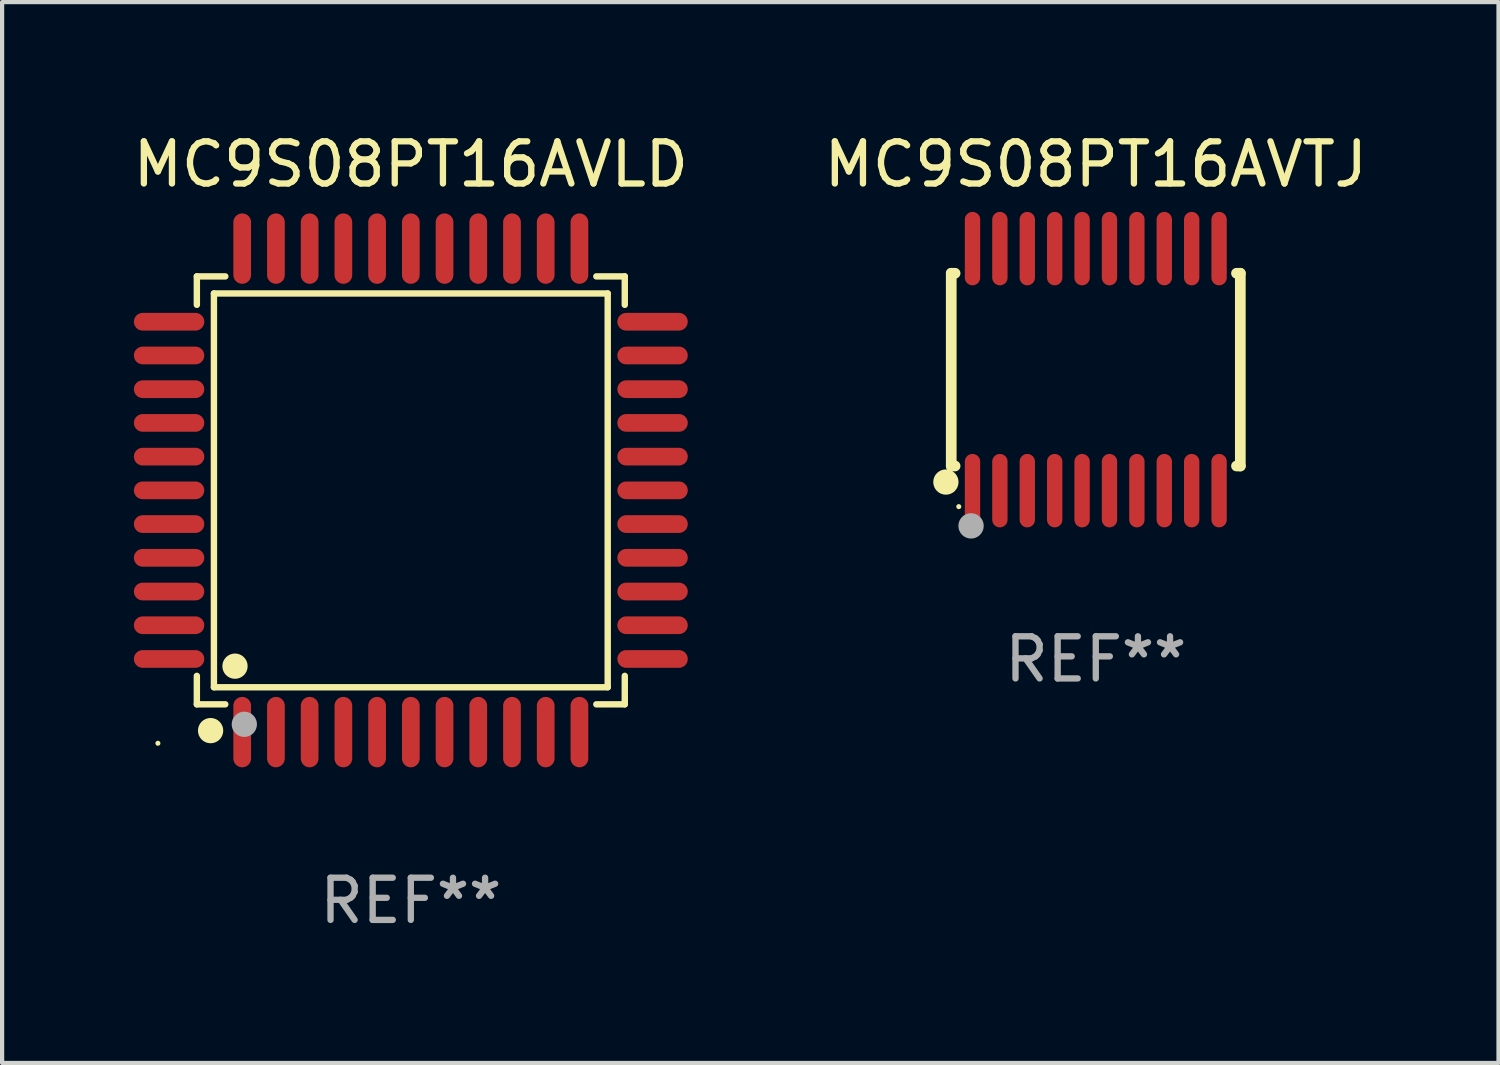
<source format=kicad_pcb>
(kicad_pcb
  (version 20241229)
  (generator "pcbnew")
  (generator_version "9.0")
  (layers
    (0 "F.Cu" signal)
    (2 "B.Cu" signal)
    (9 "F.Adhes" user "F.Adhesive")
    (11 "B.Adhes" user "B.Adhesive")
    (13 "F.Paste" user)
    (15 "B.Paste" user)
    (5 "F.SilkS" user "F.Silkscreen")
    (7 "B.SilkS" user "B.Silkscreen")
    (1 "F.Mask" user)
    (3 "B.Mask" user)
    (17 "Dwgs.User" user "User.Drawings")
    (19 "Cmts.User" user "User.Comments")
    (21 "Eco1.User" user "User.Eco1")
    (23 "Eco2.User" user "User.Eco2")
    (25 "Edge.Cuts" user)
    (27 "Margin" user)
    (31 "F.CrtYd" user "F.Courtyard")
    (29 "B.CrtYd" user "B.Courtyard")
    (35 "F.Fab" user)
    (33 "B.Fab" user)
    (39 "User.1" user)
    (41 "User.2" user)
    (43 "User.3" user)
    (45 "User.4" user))
  (footprint "MC9S08PT16AVTJ"
    (layer "F.Cu")
    (at 22.946 5.719)
    (property "Reference" "MC9S08PT16AVTJ" (at 0 -4.871 0) (layer "F.SilkS") (effects (font (size 1 1) (thickness 0.15))))
    (attr through_hole)
    (fp_line (start -3.429 -2.286) (end -3.429 2.286) (stroke (width 0.254) (type solid)) (layer "F.SilkS"))
    (fp_line (start -3.429 2.286) (end -3.338 2.286) (stroke (width 0.254) (type solid)) (layer "F.SilkS"))
    (fp_line (start -3.338 -2.286) (end -3.429 -2.286) (stroke (width 0.254) (type solid)) (layer "F.SilkS"))
    (fp_line (start 3.338 -2.286) (end 3.429 -2.286) (stroke (width 0.254) (type solid)) (layer "F.SilkS"))
    (fp_line (start 3.429 -2.286) (end 3.429 2.286) (stroke (width 0.254) (type solid)) (layer "F.SilkS"))
    (fp_line (start 3.429 2.286) (end 3.338 2.286) (stroke (width 0.254) (type solid)) (layer "F.SilkS"))
    (fp_circle (center -3.556 2.667) (end -3.406 2.667) (stroke (width 0.3) (type solid)) (fill no) (layer "F.SilkS"))
    (fp_circle (center -3.25 3.25) (end -3.22 3.25) (stroke (width 0.06) (type solid)) (fill no) (layer "F.SilkS"))
    (fp_circle (center -2.959 3.707) (end -2.808 3.707) (stroke (width 0.3) (type solid)) (fill no) (layer "F.Fab"))
    (fp_text user "REF**" (at 0 6.871 0) (layer "F.Fab") (effects (font (size 1 1) (thickness 0.15))))
    (pad "1" smd oval (at -2.925 2.871) (size 0.364 1.742) (layers "F.Cu" "F.Mask" "F.Paste"))
    (pad "2" smd oval (at -2.275 2.871) (size 0.364 1.742) (layers "F.Cu" "F.Mask" "F.Paste"))
    (pad "3" smd oval (at -1.625 2.871) (size 0.364 1.742) (layers "F.Cu" "F.Mask" "F.Paste"))
    (pad "4" smd oval (at -0.975 2.871) (size 0.364 1.742) (layers "F.Cu" "F.Mask" "F.Paste"))
    (pad "5" smd oval (at -0.325 2.871) (size 0.364 1.742) (layers "F.Cu" "F.Mask" "F.Paste"))
    (pad "6" smd oval (at 0.325 2.871) (size 0.364 1.742) (layers "F.Cu" "F.Mask" "F.Paste"))
    (pad "7" smd oval (at 0.975 2.871) (size 0.364 1.742) (layers "F.Cu" "F.Mask" "F.Paste"))
    (pad "8" smd oval (at 1.625 2.871) (size 0.364 1.742) (layers "F.Cu" "F.Mask" "F.Paste"))
    (pad "9" smd oval (at 2.275 2.871) (size 0.364 1.742) (layers "F.Cu" "F.Mask" "F.Paste"))
    (pad "10" smd oval (at 2.925 2.871) (size 0.364 1.742) (layers "F.Cu" "F.Mask" "F.Paste"))
    (pad "11" smd oval (at 2.925 -2.871) (size 0.364 1.742) (layers "F.Cu" "F.Mask" "F.Paste"))
    (pad "12" smd oval (at 2.275 -2.871) (size 0.364 1.742) (layers "F.Cu" "F.Mask" "F.Paste"))
    (pad "13" smd oval (at 1.625 -2.871) (size 0.364 1.742) (layers "F.Cu" "F.Mask" "F.Paste"))
    (pad "14" smd oval (at 0.975 -2.871) (size 0.364 1.742) (layers "F.Cu" "F.Mask" "F.Paste"))
    (pad "15" smd oval (at 0.325 -2.871) (size 0.364 1.742) (layers "F.Cu" "F.Mask" "F.Paste"))
    (pad "16" smd oval (at -0.325 -2.871) (size 0.364 1.742) (layers "F.Cu" "F.Mask" "F.Paste"))
    (pad "17" smd oval (at -0.975 -2.871) (size 0.364 1.742) (layers "F.Cu" "F.Mask" "F.Paste"))
    (pad "18" smd oval (at -1.625 -2.871) (size 0.364 1.742) (layers "F.Cu" "F.Mask" "F.Paste"))
    (pad "19" smd oval (at -2.275 -2.871) (size 0.364 1.742) (layers "F.Cu" "F.Mask" "F.Paste"))
    (pad "20" smd oval (at -2.925 -2.871) (size 0.364 1.742) (layers "F.Cu" "F.Mask" "F.Paste")))
  (footprint "MC9S08PT16AVLD"
    (layer "F.Cu")
    (at 6.696 8.583)
    (property "Reference" "MC9S08PT16AVLD" (at 0 -7.735 0) (layer "F.SilkS") (effects (font (size 1 1) (thickness 0.15))))
    (attr through_hole)
    (fp_line (start -5.076 -5.076) (end -4.401 -5.076) (stroke (width 0.152) (type solid)) (layer "F.SilkS"))
    (fp_line (start -5.076 -4.401) (end -5.076 -5.076) (stroke (width 0.152) (type solid)) (layer "F.SilkS"))
    (fp_line (start -5.076 4.401) (end -5.076 5.076) (stroke (width 0.152) (type solid)) (layer "F.SilkS"))
    (fp_line (start -5.076 5.076) (end -4.401 5.076) (stroke (width 0.152) (type solid)) (layer "F.SilkS"))
    (fp_line (start -4.671 -4.671) (end 4.671 -4.671) (stroke (width 0.152) (type solid)) (layer "F.SilkS"))
    (fp_line (start -4.671 4.671) (end -4.671 -4.671) (stroke (width 0.152) (type solid)) (layer "F.SilkS"))
    (fp_line (start 4.671 -4.671) (end 4.671 4.671) (stroke (width 0.152) (type solid)) (layer "F.SilkS"))
    (fp_line (start 4.671 4.671) (end -4.671 4.671) (stroke (width 0.152) (type solid)) (layer "F.SilkS"))
    (fp_line (start 5.076 -5.076) (end 4.401 -5.076) (stroke (width 0.152) (type solid)) (layer "F.SilkS"))
    (fp_line (start 5.076 -4.401) (end 5.076 -5.076) (stroke (width 0.152) (type solid)) (layer "F.SilkS"))
    (fp_line (start 5.076 4.401) (end 5.076 5.076) (stroke (width 0.152) (type solid)) (layer "F.SilkS"))
    (fp_line (start 5.076 5.076) (end 4.401 5.076) (stroke (width 0.152) (type solid)) (layer "F.SilkS"))
    (fp_circle (center -6 6) (end -5.97 6) (stroke (width 0.06) (type solid)) (fill no) (layer "F.SilkS"))
    (fp_circle (center -4.75 5.7) (end -4.6 5.7) (stroke (width 0.3) (type solid)) (fill no) (layer "F.SilkS"))
    (fp_circle (center -4.171 4.171) (end -4.021 4.171) (stroke (width 0.3) (type solid)) (fill no) (layer "F.SilkS"))
    (fp_circle (center -3.95 5.55) (end -3.8 5.55) (stroke (width 0.3) (type solid)) (fill no) (layer "F.Fab"))
    (fp_text user "REF**" (at 0 9.735 0) (layer "F.Fab") (effects (font (size 1 1) (thickness 0.15))))
    (pad "1" smd oval (at -4 5.735) (size 0.42 1.67) (layers "F.Cu" "F.Mask" "F.Paste"))
    (pad "2" smd oval (at -3.2 5.735) (size 0.42 1.67) (layers "F.Cu" "F.Mask" "F.Paste"))
    (pad "3" smd oval (at -2.4 5.735) (size 0.42 1.67) (layers "F.Cu" "F.Mask" "F.Paste"))
    (pad "4" smd oval (at -1.6 5.735) (size 0.42 1.67) (layers "F.Cu" "F.Mask" "F.Paste"))
    (pad "5" smd oval (at -0.8 5.735) (size 0.42 1.67) (layers "F.Cu" "F.Mask" "F.Paste"))
    (pad "6" smd oval (at 0 5.735) (size 0.42 1.67) (layers "F.Cu" "F.Mask" "F.Paste"))
    (pad "7" smd oval (at 0.8 5.735) (size 0.42 1.67) (layers "F.Cu" "F.Mask" "F.Paste"))
    (pad "8" smd oval (at 1.6 5.735) (size 0.42 1.67) (layers "F.Cu" "F.Mask" "F.Paste"))
    (pad "9" smd oval (at 2.4 5.735) (size 0.42 1.67) (layers "F.Cu" "F.Mask" "F.Paste"))
    (pad "10" smd oval (at 3.2 5.735) (size 0.42 1.67) (layers "F.Cu" "F.Mask" "F.Paste"))
    (pad "11" smd oval (at 4 5.735) (size 0.42 1.67) (layers "F.Cu" "F.Mask" "F.Paste"))
    (pad "12" smd oval (at 5.735 4) (size 1.67 0.42) (layers "F.Cu" "F.Mask" "F.Paste"))
    (pad "13" smd oval (at 5.735 3.2) (size 1.67 0.42) (layers "F.Cu" "F.Mask" "F.Paste"))
    (pad "14" smd oval (at 5.735 2.4) (size 1.67 0.42) (layers "F.Cu" "F.Mask" "F.Paste"))
    (pad "15" smd oval (at 5.735 1.6) (size 1.67 0.42) (layers "F.Cu" "F.Mask" "F.Paste"))
    (pad "16" smd oval (at 5.735 0.8) (size 1.67 0.42) (layers "F.Cu" "F.Mask" "F.Paste"))
    (pad "17" smd oval (at 5.735 0) (size 1.67 0.42) (layers "F.Cu" "F.Mask" "F.Paste"))
    (pad "18" smd oval (at 5.735 -0.8) (size 1.67 0.42) (layers "F.Cu" "F.Mask" "F.Paste"))
    (pad "19" smd oval (at 5.735 -1.6) (size 1.67 0.42) (layers "F.Cu" "F.Mask" "F.Paste"))
    (pad "20" smd oval (at 5.735 -2.4) (size 1.67 0.42) (layers "F.Cu" "F.Mask" "F.Paste"))
    (pad "21" smd oval (at 5.735 -3.2) (size 1.67 0.42) (layers "F.Cu" "F.Mask" "F.Paste"))
    (pad "22" smd oval (at 5.735 -4) (size 1.67 0.42) (layers "F.Cu" "F.Mask" "F.Paste"))
    (pad "23" smd oval (at 4 -5.735) (size 0.42 1.67) (layers "F.Cu" "F.Mask" "F.Paste"))
    (pad "24" smd oval (at 3.2 -5.735) (size 0.42 1.67) (layers "F.Cu" "F.Mask" "F.Paste"))
    (pad "25" smd oval (at 2.4 -5.735) (size 0.42 1.67) (layers "F.Cu" "F.Mask" "F.Paste"))
    (pad "26" smd oval (at 1.6 -5.735) (size 0.42 1.67) (layers "F.Cu" "F.Mask" "F.Paste"))
    (pad "27" smd oval (at 0.8 -5.735) (size 0.42 1.67) (layers "F.Cu" "F.Mask" "F.Paste"))
    (pad "28" smd oval (at 0 -5.735) (size 0.42 1.67) (layers "F.Cu" "F.Mask" "F.Paste"))
    (pad "29" smd oval (at -0.8 -5.735) (size 0.42 1.67) (layers "F.Cu" "F.Mask" "F.Paste"))
    (pad "30" smd oval (at -1.6 -5.735) (size 0.42 1.67) (layers "F.Cu" "F.Mask" "F.Paste"))
    (pad "31" smd oval (at -2.4 -5.735) (size 0.42 1.67) (layers "F.Cu" "F.Mask" "F.Paste"))
    (pad "32" smd oval (at -3.2 -5.735) (size 0.42 1.67) (layers "F.Cu" "F.Mask" "F.Paste"))
    (pad "33" smd oval (at -4 -5.735) (size 0.42 1.67) (layers "F.Cu" "F.Mask" "F.Paste"))
    (pad "34" smd oval (at -5.735 -4) (size 1.67 0.42) (layers "F.Cu" "F.Mask" "F.Paste"))
    (pad "35" smd oval (at -5.735 -3.2) (size 1.67 0.42) (layers "F.Cu" "F.Mask" "F.Paste"))
    (pad "36" smd oval (at -5.735 -2.4) (size 1.67 0.42) (layers "F.Cu" "F.Mask" "F.Paste"))
    (pad "37" smd oval (at -5.735 -1.6) (size 1.67 0.42) (layers "F.Cu" "F.Mask" "F.Paste"))
    (pad "38" smd oval (at -5.735 -0.8) (size 1.67 0.42) (layers "F.Cu" "F.Mask" "F.Paste"))
    (pad "39" smd oval (at -5.735 0) (size 1.67 0.42) (layers "F.Cu" "F.Mask" "F.Paste"))
    (pad "40" smd oval (at -5.735 0.8) (size 1.67 0.42) (layers "F.Cu" "F.Mask" "F.Paste"))
    (pad "41" smd oval (at -5.735 1.6) (size 1.67 0.42) (layers "F.Cu" "F.Mask" "F.Paste"))
    (pad "42" smd oval (at -5.735 2.4) (size 1.67 0.42) (layers "F.Cu" "F.Mask" "F.Paste"))
    (pad "43" smd oval (at -5.735 3.2) (size 1.67 0.42) (layers "F.Cu" "F.Mask" "F.Paste"))
    (pad "44" smd oval (at -5.735 4) (size 1.67 0.42) (layers "F.Cu" "F.Mask" "F.Paste")))
  (gr_rect
    (start -3 -3)
    (end 32.5 22.167)
    (stroke (width 0.1) (type default))
    (fill no)
    (layer "Edge.Cuts")))
</source>
